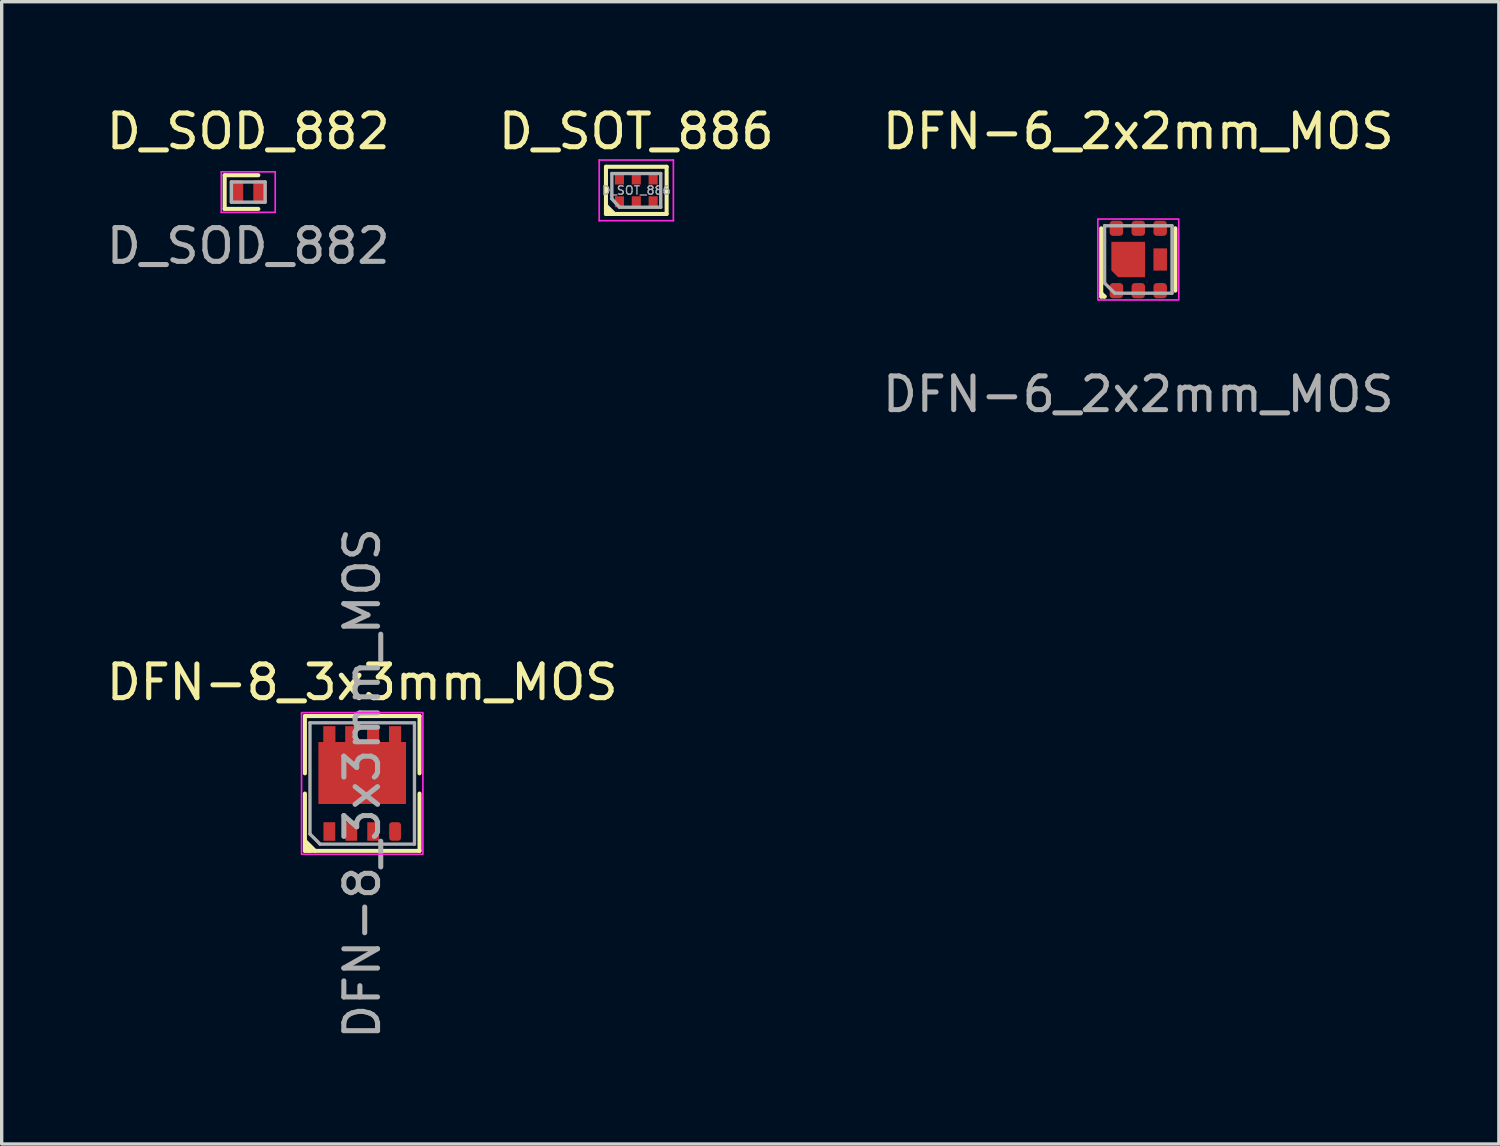
<source format=kicad_pcb>
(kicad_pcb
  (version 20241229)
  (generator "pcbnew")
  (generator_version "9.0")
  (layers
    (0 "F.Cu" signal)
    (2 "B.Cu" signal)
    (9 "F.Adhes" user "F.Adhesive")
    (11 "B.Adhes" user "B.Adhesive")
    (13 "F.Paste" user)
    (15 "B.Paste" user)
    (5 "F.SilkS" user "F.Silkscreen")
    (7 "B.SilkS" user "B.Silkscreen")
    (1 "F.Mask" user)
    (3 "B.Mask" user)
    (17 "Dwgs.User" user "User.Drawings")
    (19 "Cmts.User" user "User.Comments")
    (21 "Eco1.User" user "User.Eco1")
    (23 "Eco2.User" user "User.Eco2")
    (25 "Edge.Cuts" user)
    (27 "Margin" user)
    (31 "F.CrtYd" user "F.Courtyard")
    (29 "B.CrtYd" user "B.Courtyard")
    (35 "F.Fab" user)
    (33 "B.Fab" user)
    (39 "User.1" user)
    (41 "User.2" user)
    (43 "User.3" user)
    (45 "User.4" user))
  (footprint "DFN-8_3x3mm_MOS"
    (layer "F.Cu")
    (at 7.696 20.193)
    (property "Reference" "DFN-8_3x3mm_MOS" (at 0 -3 0) (unlocked yes) (layer "F.SilkS") (effects (font (size 1 1) (thickness 0.15))))
    (attr smd)
    (fp_line (start -1.7 -2) (end 1.7 -2) (stroke (width 0.12) (type solid)) (layer "F.SilkS"))
    (fp_line (start -1.7 -0.3) (end -1.7 -2) (stroke (width 0.12) (type solid)) (layer "F.SilkS"))
    (fp_line (start -1.7 0.3) (end -1.7 2) (stroke (width 0.12) (type solid)) (layer "F.SilkS"))
    (fp_line (start -1.7 1.7) (end -1.4 2) (stroke (width 0.12) (type solid)) (layer "F.SilkS"))
    (fp_line (start -1.7 1.85) (end -1.55 2) (stroke (width 0.12) (type solid)) (layer "F.SilkS"))
    (fp_line (start -1.7 1.9) (end -1.6 2) (stroke (width 0.12) (type solid)) (layer "F.SilkS"))
    (fp_line (start -1.7 2) (end 1.7 2) (stroke (width 0.12) (type solid)) (layer "F.SilkS"))
    (fp_line (start 1.7 -2) (end 1.7 -0.3) (stroke (width 0.12) (type solid)) (layer "F.SilkS"))
    (fp_line (start 1.7 2) (end 1.7 0.3) (stroke (width 0.12) (type solid)) (layer "F.SilkS"))
    (fp_rect (start -1.8 -2.1) (end 1.8 2.1) (stroke (width 0.05) (type default)) (fill no) (layer "F.CrtYd"))
    (fp_line (start -1.55 1.5) (end -1.55 -1.8) (stroke (width 0.1) (type default)) (layer "F.Fab"))
    (fp_line (start -1.25 1.8) (end -1.55 1.5) (stroke (width 0.1) (type default)) (layer "F.Fab"))
    (fp_line (start 1.55 -1.8) (end -1.55 -1.8) (stroke (width 0.1) (type default)) (layer "F.Fab"))
    (fp_line (start 1.55 -1.8) (end 1.55 1.8) (stroke (width 0.1) (type default)) (layer "F.Fab"))
    (fp_line (start 1.55 1.8) (end -1.25 1.8) (stroke (width 0.1) (type default)) (layer "F.Fab"))
    (fp_text user "${REFERENCE}" (at 0 0 90) (unlocked yes) (layer "F.Fab") (effects (font (size 1 1) (thickness 0.15))))
    (pad "1" smd custom (at 0 -0.31) (size 2.6 1.84) (layers "F.Cu" "F.Mask" "F.Paste") (options (anchor rect)) (primitives (gr_poly (pts (xy -1.15 -0.915) (xy -1.15 -1.385) (xy -0.8 -1.385) (xy -0.8 -0.915)) (width 0.01) (fill yes)) (gr_poly (pts (xy -0.5 -0.915) (xy -0.5 -1.385) (xy -0.15 -1.385) (xy -0.15 -0.915)) (width 0.01) (fill yes)) (gr_poly (pts (xy 0.15 -0.915) (xy 0.15 -1.385) (xy 0.5 -1.385) (xy 0.5 -0.915)) (width 0.01) (fill yes)) (gr_poly (pts (xy 0.8 -0.915) (xy 0.8 -1.385) (xy 1.15 -1.385) (xy 1.15 -0.915)) (width 0.01) (fill yes))))
    (pad "2" smd roundrect (at 0.975 1.425) (size 0.35 0.55) (layers "F.Cu" "F.Mask" "F.Paste") (roundrect_rratio 0.25))
    (pad "3" smd rect (at -0.975 1.425) (size 0.35 0.55) (layers "F.Cu" "F.Mask" "F.Paste"))
    (pad "3" smd rect (at -0.325 1.425) (size 0.35 0.55) (layers "F.Cu" "F.Mask" "F.Paste"))
    (pad "3" smd rect (at 0.325 1.425) (size 0.35 0.55) (layers "F.Cu" "F.Mask" "F.Paste")))
  (footprint "DFN-6_2x2mm_MOS"
    (layer "F.Cu")
    (at 30.72 4.648)
    (property "Reference" "DFN-6_2x2mm_MOS" (at 0 -3.8 0) (unlocked yes) (layer "F.SilkS") (effects (font (size 1 1) (thickness 0.15))))
    (attr smd)
    (fp_line (start -1.1 -0.925) (end -1.1 1.1) (stroke (width 0.12) (type solid)) (layer "F.SilkS"))
    (fp_line (start -1.1 1.1) (end -1 1.1) (stroke (width 0.12) (type solid)) (layer "F.SilkS"))
    (fp_line (start -1 1.1) (end -1.1 1) (stroke (width 0.12) (type solid)) (layer "F.SilkS"))
    (fp_line (start 1.1 -0.925) (end 1.1 0.925) (stroke (width 0.12) (type solid)) (layer "F.SilkS"))
    (fp_rect (start -1.2 -1.2) (end 1.2 1.2) (stroke (width 0.05) (type solid)) (fill no) (layer "F.CrtYd"))
    (fp_line (start -1 -1) (end -1 0.7) (stroke (width 0.1) (type solid)) (layer "F.Fab"))
    (fp_line (start -1 0.7) (end -0.7 1) (stroke (width 0.1) (type solid)) (layer "F.Fab"))
    (fp_line (start -0.7 1) (end 1 1) (stroke (width 0.1) (type solid)) (layer "F.Fab"))
    (fp_line (start 1 -1) (end -1 -1) (stroke (width 0.1) (type solid)) (layer "F.Fab"))
    (fp_line (start 1 1) (end 1 -1) (stroke (width 0.1) (type solid)) (layer "F.Fab"))
    (fp_text user "${REFERENCE}" (at 0 4 0) (unlocked yes) (layer "F.Fab") (effects (font (size 1 1) (thickness 0.15))))
    (pad "1" smd roundrect (at -0.65 -0.925) (size 0.4 0.45) (layers "F.Cu" "F.Mask" "F.Paste") (roundrect_rratio 0.25))
    (pad "1" smd roundrect (at -0.65 0.925) (size 0.4 0.45) (layers "F.Cu" "F.Mask" "F.Paste") (roundrect_rratio 0.25))
    (pad "1" smd roundrect (at -0.3 0) (size 1 1.05) (layers "F.Cu" "F.Mask" "F.Paste") (roundrect_rratio 0) (chamfer_ratio 0.2) (chamfer bottom_left))
    (pad "1" smd roundrect (at 0 -0.925) (size 0.4 0.45) (layers "F.Cu" "F.Mask" "F.Paste") (roundrect_rratio 0.25))
    (pad "1" smd roundrect (at 0 0.925) (size 0.4 0.45) (layers "F.Cu" "F.Mask" "F.Paste") (roundrect_rratio 0.25))
    (pad "2" smd roundrect (at 0.65 0.925) (size 0.4 0.45) (layers "F.Cu" "F.Mask" "F.Paste") (roundrect_rratio 0.25))
    (pad "3" smd roundrect (at 0.65 -0.925) (size 0.4 0.45) (layers "F.Cu" "F.Mask" "F.Paste") (roundrect_rratio 0.25))
    (pad "3" smd rect (at 0.65 0) (size 0.4 0.66) (layers "F.Cu" "F.Mask" "F.Paste")))
  (footprint "D_SOD_882"
    (layer "F.Cu")
    (at 4.315 2.648)
    (property "Reference" "D_SOD_882" (at 0 -1.8 0) (layer "F.SilkS") (effects (font (size 1 1) (thickness 0.15))))
    (attr smd)
    (fp_line (start -0.7 -0.5) (end -0.7 0.5) (stroke (width 0.12) (type solid)) (layer "F.SilkS"))
    (fp_line (start -0.7 0.5) (end 0.3 0.5) (stroke (width 0.12) (type solid)) (layer "F.SilkS"))
    (fp_line (start 0.3 -0.5) (end -0.7 -0.5) (stroke (width 0.12) (type solid)) (layer "F.SilkS"))
    (fp_line (start -0.8 -0.6) (end 0.8 -0.6) (stroke (width 0.05) (type solid)) (layer "F.CrtYd"))
    (fp_line (start -0.8 0.6) (end -0.8 -0.6) (stroke (width 0.05) (type solid)) (layer "F.CrtYd"))
    (fp_line (start 0.8 -0.6) (end 0.8 0.6) (stroke (width 0.05) (type solid)) (layer "F.CrtYd"))
    (fp_line (start 0.8 0.6) (end -0.8 0.6) (stroke (width 0.05) (type solid)) (layer "F.CrtYd"))
    (fp_line (start -0.5 -0.3) (end 0.5 -0.3) (stroke (width 0.1) (type solid)) (layer "F.Fab"))
    (fp_line (start -0.5 0.3) (end -0.5 -0.3) (stroke (width 0.1) (type solid)) (layer "F.Fab"))
    (fp_line (start 0.5 -0.3) (end 0.5 0.3) (stroke (width 0.1) (type solid)) (layer "F.Fab"))
    (fp_line (start 0.5 0.3) (end -0.5 0.3) (stroke (width 0.1) (type solid)) (layer "F.Fab"))
    (fp_text user "${REFERENCE}" (at 0 1.6 0) (layer "F.Fab") (effects (font (size 1 1) (thickness 0.15))))
    (pad "" smd roundrect (at -0.35 0) (size 0.3 0.6) (layers "F.Paste") (roundrect_rratio 0.15))
    (pad "" smd roundrect (at 0.35 0) (size 0.3 0.6) (layers "F.Paste") (roundrect_rratio 0.15))
    (pad "1" smd roundrect (at -0.35 0) (size 0.4 0.7) (layers "F.Cu" "F.Mask") (roundrect_rratio 0.15) (chamfer_ratio 0.1) (chamfer top_right))
    (pad "2" smd roundrect (at 0.35 0) (size 0.4 0.7) (layers "F.Cu" "F.Mask") (roundrect_rratio 0.15)))
  (footprint "D_SOT_886"
    (layer "F.Cu")
    (at 15.827 2.598)
    (property "Reference" "D_SOT_886" (at 0 -1.75 0) (layer "F.SilkS") (effects (font (size 1 1) (thickness 0.15))))
    (attr smd)
    (fp_line (start -0.9 -0.7) (end 0.9 -0.7) (stroke (width 0.12) (type solid)) (layer "F.SilkS"))
    (fp_line (start -0.9 0.45) (end -0.65 0.7) (stroke (width 0.12) (type solid)) (layer "F.SilkS"))
    (fp_line (start -0.9 0.55) (end -0.75 0.7) (stroke (width 0.12) (type solid)) (layer "F.SilkS"))
    (fp_line (start -0.9 0.7) (end -0.9 -0.7) (stroke (width 0.12) (type solid)) (layer "F.SilkS"))
    (fp_line (start 0.9 -0.7) (end 0.9 0.7) (stroke (width 0.12) (type solid)) (layer "F.SilkS"))
    (fp_line (start 0.9 0.7) (end -0.9 0.7) (stroke (width 0.12) (type solid)) (layer "F.SilkS"))
    (fp_line (start -1.1 -0.9) (end 1.1 -0.9) (stroke (width 0.05) (type solid)) (layer "F.CrtYd"))
    (fp_line (start -1.1 0.9) (end -1.1 -0.9) (stroke (width 0.05) (type solid)) (layer "F.CrtYd"))
    (fp_line (start 1.1 -0.9) (end 1.1 0.9) (stroke (width 0.05) (type solid)) (layer "F.CrtYd"))
    (fp_line (start 1.1 0.9) (end -1.1 0.9) (stroke (width 0.05) (type solid)) (layer "F.CrtYd"))
    (fp_line (start -0.725 -0.5) (end 0.725 -0.5) (stroke (width 0.1) (type solid)) (layer "F.Fab"))
    (fp_line (start -0.725 0.25) (end -0.725 -0.5) (stroke (width 0.1) (type solid)) (layer "F.Fab"))
    (fp_line (start -0.725 0.25) (end -0.5 0.5) (stroke (width 0.1) (type default)) (layer "F.Fab"))
    (fp_line (start 0.725 -0.5) (end 0.725 0.5) (stroke (width 0.1) (type solid)) (layer "F.Fab"))
    (fp_line (start 0.725 0.5) (end -0.5 0.5) (stroke (width 0.1) (type solid)) (layer "F.Fab"))
    (fp_text user "${REFERENCE}" (at 0 0 0) (layer "F.Fab") (effects (font (size 0.25 0.25) (thickness 0.04))))
    (pad "1" smd rect (at -0.5 0.337 90) (size 0.325 0.27) (layers "F.Cu" "F.Mask" "F.Paste"))
    (pad "2" smd rect (at 0 0.337 90) (size 0.325 0.27) (layers "F.Cu" "F.Mask" "F.Paste"))
    (pad "3" smd rect (at 0.5 0.337 90) (size 0.325 0.27) (layers "F.Cu" "F.Mask" "F.Paste"))
    (pad "4" smd rect (at 0.5 -0.337 90) (size 0.325 0.27) (layers "F.Cu" "F.Mask" "F.Paste"))
    (pad "5" smd rect (at 0 -0.337 90) (size 0.325 0.27) (layers "F.Cu" "F.Mask" "F.Paste"))
    (pad "6" smd rect (at -0.5 -0.337 90) (size 0.325 0.27) (layers "F.Cu" "F.Mask" "F.Paste")))
  (gr_rect
    (start -3 -3)
    (end 41.417 30.889)
    (stroke (width 0.1) (type default))
    (fill no)
    (layer "Edge.Cuts")))
</source>
